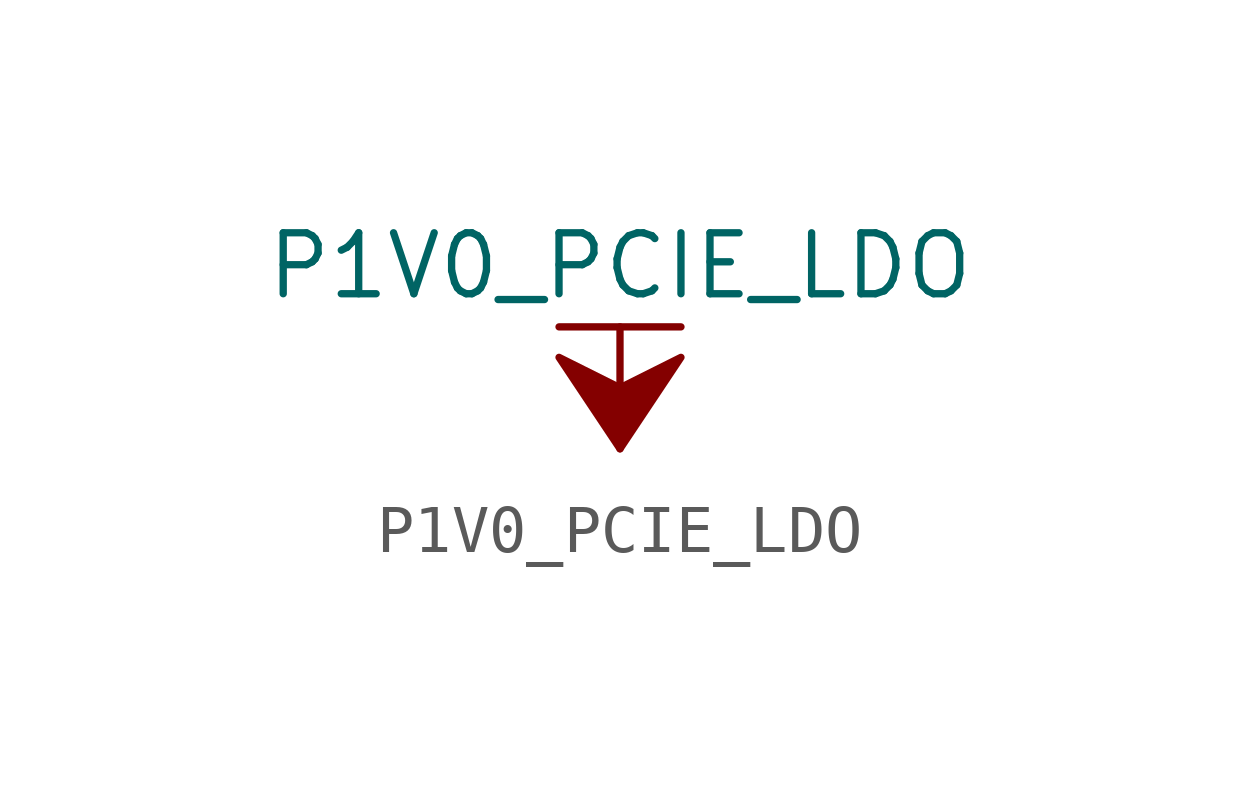
<source format=kicad_sym>
(kicad_symbol_lib
  (version 20211014)
  (generator kicad_symbol_editor)
  (symbol "P1V0_PCIE_LDO"
    (power)
    (pin_names
      (offset 0))
    (property "Reference" "#PWR"
      (at 0 -3.81 0)
      (effects (font (size 1.27 1.27)) hide))
    (property "Value" "P1V0_PCIE_LDO"
      (at 0 3.81 0)
      (effects (font (size 1.27 1.27))))
    (symbol "P1V0_PCIE_LDO_0_1"
      (polyline (pts (xy -1.27 2.54) (xy 1.27 2.54)) (stroke (width 0.152) (type default) (color 0 0 0 0)) (fill (type none)))
      (polyline (pts (xy 0 0) (xy 0 2.54)) (stroke (width 0.152) (type default) (color 0 0 0 0)) (fill (type none)))
      (polyline (pts (xy 0 0) (xy 1.27 1.905) (xy 0 1.27) (xy -1.27 1.905) (xy 0 0)) (stroke (width 0.152) (type default) (color 0 0 0 0)) (fill (type outline))))
    (symbol "P1V0_PCIE_LDO_1_1"
      (pin power_in line (at 0 0 90) (length 0) hide (name "P1V0_PCIE_LDO" (effects (font (size 1.27 1.27)))) (number "1" (effects (font (size 1.27 1.27))))))))
</source>
